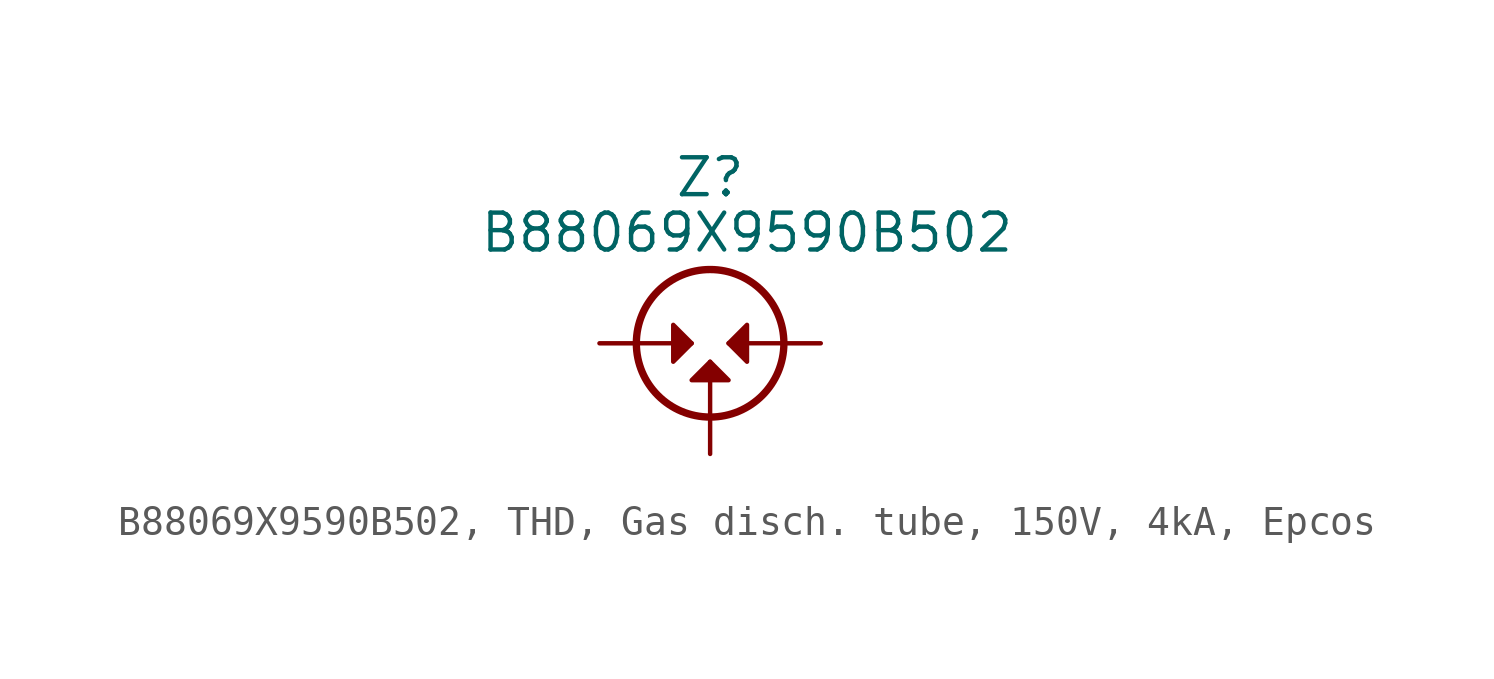
<source format=kicad_sym>
(kicad_symbol_lib
  (version 20241209)
  (generator "kicad_symbol_editor")
  (generator_version "9.0")
  (symbol "B88069X9590B502, THD, Gas disch. tube, 150V, 4kA, Epcos"
    (pin_numbers
      (hide yes))
    (pin_names
      (offset 0)
      (hide yes))
    (property "Reference" "Z"
      (at 0 5.715 0)
      (effects (font (size 1.27 1.27))))
    (property "Value" "B88069X9590B502"
      (at 1.27 3.81 0)
      (effects (font (size 1.27 1.27))))
    (symbol "B88069X9590B502, THD, Gas disch. tube, 150V, 4kA, Epcos_0_0"
      (polyline (pts (xy -2.54 0) (xy -0.635 0)) (stroke (width 0.152) (type default)) (fill (type none)))
      (polyline (pts (xy 0 -2.54) (xy 0 -0.635)) (stroke (width 0.152) (type default)) (fill (type none)))
      (polyline (pts (xy 2.54 0) (xy 0.635 0)) (stroke (width 0.152) (type default)) (fill (type none))))
    (symbol "B88069X9590B502, THD, Gas disch. tube, 150V, 4kA, Epcos_0_1"
      (polyline (pts (xy -1.27 0.635) (xy -0.635 0) (xy -1.27 -0.635) (xy -1.27 0.635)) (stroke (width 0.152) (type default)) (fill (type outline)))
      (polyline (pts (xy -0.635 -1.27) (xy 0 -0.635) (xy 0.635 -1.27) (xy -0.635 -1.27)) (stroke (width 0.152) (type default)) (fill (type outline)))
      (circle (center 0 0) (radius 2.54) (stroke (width 0.254) (type default)) (fill (type none)))
      (polyline (pts (xy 1.27 -0.635) (xy 0.635 0) (xy 1.27 0.635) (xy 1.27 -0.635)) (stroke (width 0.152) (type default)) (fill (type outline))))
    (symbol "B88069X9590B502, THD, Gas disch. tube, 150V, 4kA, Epcos_1_1"
      (pin passive line (at -3.81 0 0) (length 1.27) (name "1" (effects (font (size 1.27 1.27)))) (number "1" (effects (font (size 1.27 1.27)))))
      (pin passive line (at 0 -3.81 90) (length 1.27) (name "2" (effects (font (size 1.27 1.27)))) (number "2" (effects (font (size 1.27 1.27)))))
      (pin passive line (at 3.81 0 180) (length 1.27) (name "3" (effects (font (size 1.27 1.27)))) (number "3" (effects (font (size 1.27 1.27))))))))
</source>
